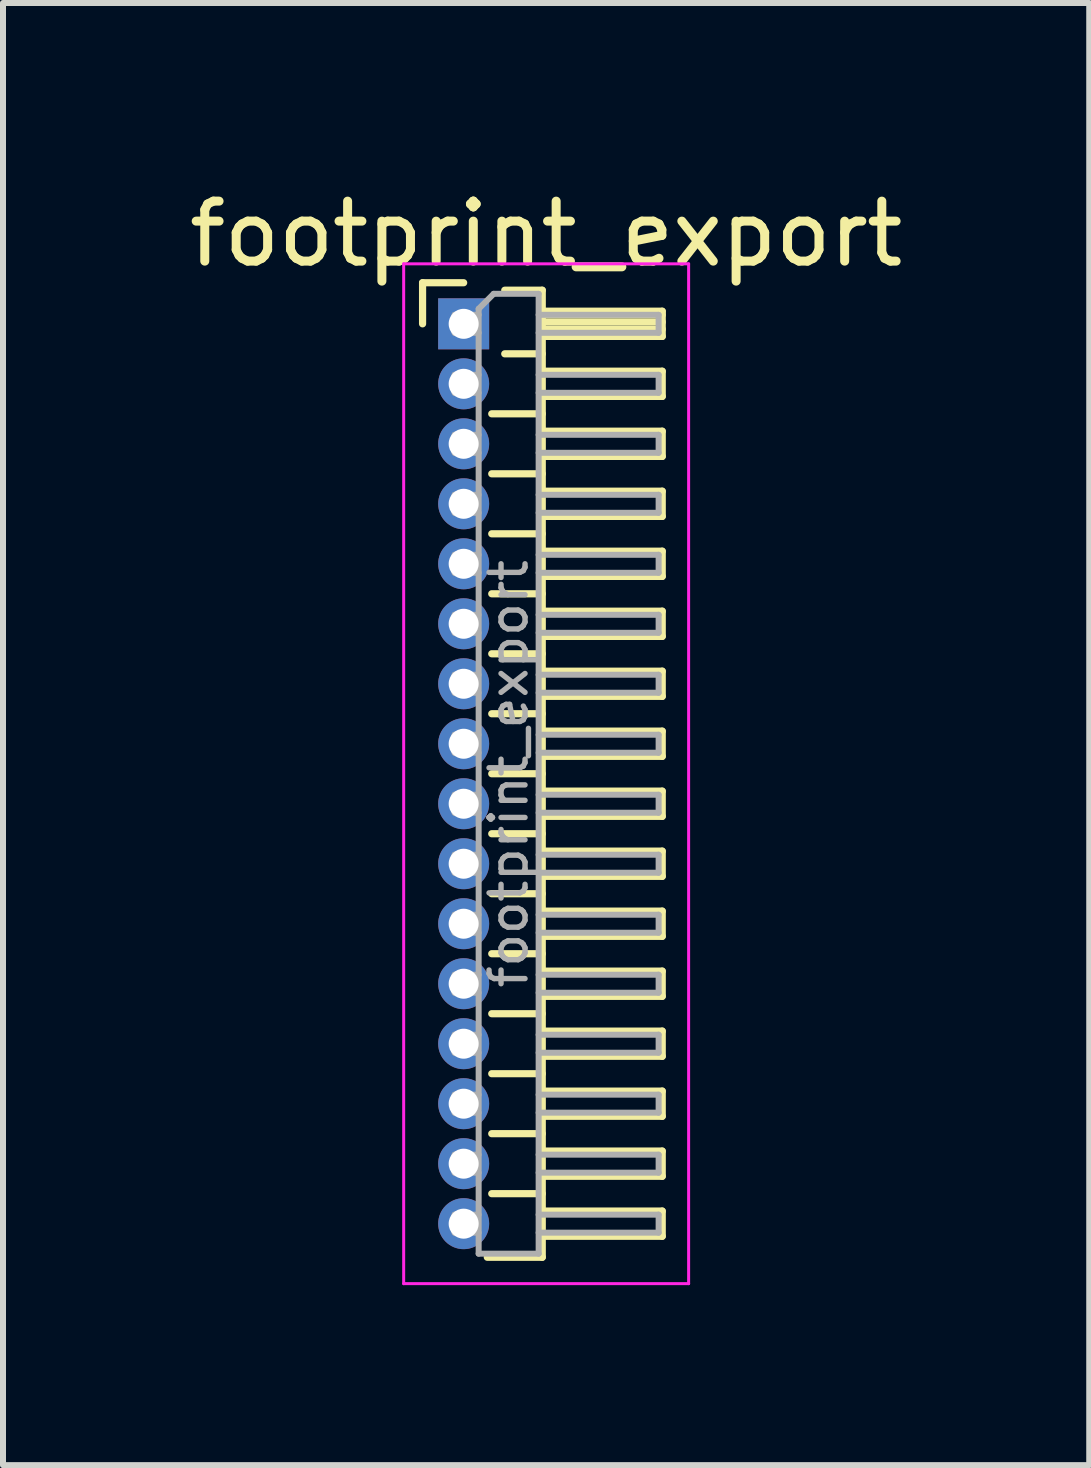
<source format=kicad_pcb>
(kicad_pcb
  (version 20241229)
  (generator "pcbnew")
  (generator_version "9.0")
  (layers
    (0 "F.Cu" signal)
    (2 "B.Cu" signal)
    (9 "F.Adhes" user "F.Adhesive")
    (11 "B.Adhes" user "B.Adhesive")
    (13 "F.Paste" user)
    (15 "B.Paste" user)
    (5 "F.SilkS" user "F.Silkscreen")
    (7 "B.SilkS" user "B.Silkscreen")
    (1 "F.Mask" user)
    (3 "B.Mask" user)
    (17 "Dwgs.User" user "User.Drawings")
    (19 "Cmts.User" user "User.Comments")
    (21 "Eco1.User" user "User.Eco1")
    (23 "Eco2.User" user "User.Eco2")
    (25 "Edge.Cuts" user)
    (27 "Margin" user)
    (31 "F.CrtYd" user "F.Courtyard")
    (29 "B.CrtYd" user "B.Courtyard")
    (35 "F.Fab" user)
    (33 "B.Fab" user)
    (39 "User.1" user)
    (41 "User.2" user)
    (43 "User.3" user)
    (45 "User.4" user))
  (footprint "footprint_export"
    (layer "F.Cu")
    (at 4.679 2.348)
    (property "Reference" "footprint_export" (at 1.375 -1.5 0) (layer "F.SilkS") (effects (font (size 1 1) (thickness 0.15))))
    (attr through_hole)
    (fp_line (start -0.685 -0.685) (end 0 -0.685) (stroke (width 0.12) (type solid)) (layer "F.SilkS"))
    (fp_line (start -0.685 0) (end -0.685 -0.685) (stroke (width 0.12) (type solid)) (layer "F.SilkS"))
    (fp_line (start 0.468 1.5) (end 1.31 1.5) (stroke (width 0.12) (type solid)) (layer "F.SilkS"))
    (fp_line (start 0.468 2.5) (end 1.31 2.5) (stroke (width 0.12) (type solid)) (layer "F.SilkS"))
    (fp_line (start 0.468 3.5) (end 1.31 3.5) (stroke (width 0.12) (type solid)) (layer "F.SilkS"))
    (fp_line (start 0.468 4.5) (end 1.31 4.5) (stroke (width 0.12) (type solid)) (layer "F.SilkS"))
    (fp_line (start 0.468 5.5) (end 1.31 5.5) (stroke (width 0.12) (type solid)) (layer "F.SilkS"))
    (fp_line (start 0.468 6.5) (end 1.31 6.5) (stroke (width 0.12) (type solid)) (layer "F.SilkS"))
    (fp_line (start 0.468 7.5) (end 1.31 7.5) (stroke (width 0.12) (type solid)) (layer "F.SilkS"))
    (fp_line (start 0.468 8.5) (end 1.31 8.5) (stroke (width 0.12) (type solid)) (layer "F.SilkS"))
    (fp_line (start 0.468 9.5) (end 1.31 9.5) (stroke (width 0.12) (type solid)) (layer "F.SilkS"))
    (fp_line (start 0.468 10.5) (end 1.31 10.5) (stroke (width 0.12) (type solid)) (layer "F.SilkS"))
    (fp_line (start 0.468 11.5) (end 1.31 11.5) (stroke (width 0.12) (type solid)) (layer "F.SilkS"))
    (fp_line (start 0.468 12.5) (end 1.31 12.5) (stroke (width 0.12) (type solid)) (layer "F.SilkS"))
    (fp_line (start 0.468 13.5) (end 1.31 13.5) (stroke (width 0.12) (type solid)) (layer "F.SilkS"))
    (fp_line (start 0.468 14.5) (end 1.31 14.5) (stroke (width 0.12) (type solid)) (layer "F.SilkS"))
    (fp_line (start 0.685 -0.56) (end 1.31 -0.56) (stroke (width 0.12) (type solid)) (layer "F.SilkS"))
    (fp_line (start 0.685 0.5) (end 1.31 0.5) (stroke (width 0.12) (type solid)) (layer "F.SilkS"))
    (fp_line (start 1.31 -0.56) (end 1.31 15.56) (stroke (width 0.12) (type solid)) (layer "F.SilkS"))
    (fp_line (start 1.31 -0.21) (end 3.31 -0.21) (stroke (width 0.12) (type solid)) (layer "F.SilkS"))
    (fp_line (start 1.31 -0.15) (end 3.31 -0.15) (stroke (width 0.12) (type solid)) (layer "F.SilkS"))
    (fp_line (start 1.31 -0.03) (end 3.31 -0.03) (stroke (width 0.12) (type solid)) (layer "F.SilkS"))
    (fp_line (start 1.31 0.09) (end 3.31 0.09) (stroke (width 0.12) (type solid)) (layer "F.SilkS"))
    (fp_line (start 1.31 0.79) (end 3.31 0.79) (stroke (width 0.12) (type solid)) (layer "F.SilkS"))
    (fp_line (start 1.31 1.79) (end 3.31 1.79) (stroke (width 0.12) (type solid)) (layer "F.SilkS"))
    (fp_line (start 1.31 2.79) (end 3.31 2.79) (stroke (width 0.12) (type solid)) (layer "F.SilkS"))
    (fp_line (start 1.31 3.79) (end 3.31 3.79) (stroke (width 0.12) (type solid)) (layer "F.SilkS"))
    (fp_line (start 1.31 4.79) (end 3.31 4.79) (stroke (width 0.12) (type solid)) (layer "F.SilkS"))
    (fp_line (start 1.31 5.79) (end 3.31 5.79) (stroke (width 0.12) (type solid)) (layer "F.SilkS"))
    (fp_line (start 1.31 6.79) (end 3.31 6.79) (stroke (width 0.12) (type solid)) (layer "F.SilkS"))
    (fp_line (start 1.31 7.79) (end 3.31 7.79) (stroke (width 0.12) (type solid)) (layer "F.SilkS"))
    (fp_line (start 1.31 8.79) (end 3.31 8.79) (stroke (width 0.12) (type solid)) (layer "F.SilkS"))
    (fp_line (start 1.31 9.79) (end 3.31 9.79) (stroke (width 0.12) (type solid)) (layer "F.SilkS"))
    (fp_line (start 1.31 10.79) (end 3.31 10.79) (stroke (width 0.12) (type solid)) (layer "F.SilkS"))
    (fp_line (start 1.31 11.79) (end 3.31 11.79) (stroke (width 0.12) (type solid)) (layer "F.SilkS"))
    (fp_line (start 1.31 12.79) (end 3.31 12.79) (stroke (width 0.12) (type solid)) (layer "F.SilkS"))
    (fp_line (start 1.31 13.79) (end 3.31 13.79) (stroke (width 0.12) (type solid)) (layer "F.SilkS"))
    (fp_line (start 1.31 14.79) (end 3.31 14.79) (stroke (width 0.12) (type solid)) (layer "F.SilkS"))
    (fp_line (start 1.31 15.56) (end 0.394 15.56) (stroke (width 0.12) (type solid)) (layer "F.SilkS"))
    (fp_line (start 3.31 -0.21) (end 3.31 0.21) (stroke (width 0.12) (type solid)) (layer "F.SilkS"))
    (fp_line (start 3.31 0.21) (end 1.31 0.21) (stroke (width 0.12) (type solid)) (layer "F.SilkS"))
    (fp_line (start 3.31 0.79) (end 3.31 1.21) (stroke (width 0.12) (type solid)) (layer "F.SilkS"))
    (fp_line (start 3.31 1.21) (end 1.31 1.21) (stroke (width 0.12) (type solid)) (layer "F.SilkS"))
    (fp_line (start 3.31 1.79) (end 3.31 2.21) (stroke (width 0.12) (type solid)) (layer "F.SilkS"))
    (fp_line (start 3.31 2.21) (end 1.31 2.21) (stroke (width 0.12) (type solid)) (layer "F.SilkS"))
    (fp_line (start 3.31 2.79) (end 3.31 3.21) (stroke (width 0.12) (type solid)) (layer "F.SilkS"))
    (fp_line (start 3.31 3.21) (end 1.31 3.21) (stroke (width 0.12) (type solid)) (layer "F.SilkS"))
    (fp_line (start 3.31 3.79) (end 3.31 4.21) (stroke (width 0.12) (type solid)) (layer "F.SilkS"))
    (fp_line (start 3.31 4.21) (end 1.31 4.21) (stroke (width 0.12) (type solid)) (layer "F.SilkS"))
    (fp_line (start 3.31 4.79) (end 3.31 5.21) (stroke (width 0.12) (type solid)) (layer "F.SilkS"))
    (fp_line (start 3.31 5.21) (end 1.31 5.21) (stroke (width 0.12) (type solid)) (layer "F.SilkS"))
    (fp_line (start 3.31 5.79) (end 3.31 6.21) (stroke (width 0.12) (type solid)) (layer "F.SilkS"))
    (fp_line (start 3.31 6.21) (end 1.31 6.21) (stroke (width 0.12) (type solid)) (layer "F.SilkS"))
    (fp_line (start 3.31 6.79) (end 3.31 7.21) (stroke (width 0.12) (type solid)) (layer "F.SilkS"))
    (fp_line (start 3.31 7.21) (end 1.31 7.21) (stroke (width 0.12) (type solid)) (layer "F.SilkS"))
    (fp_line (start 3.31 7.79) (end 3.31 8.21) (stroke (width 0.12) (type solid)) (layer "F.SilkS"))
    (fp_line (start 3.31 8.21) (end 1.31 8.21) (stroke (width 0.12) (type solid)) (layer "F.SilkS"))
    (fp_line (start 3.31 8.79) (end 3.31 9.21) (stroke (width 0.12) (type solid)) (layer "F.SilkS"))
    (fp_line (start 3.31 9.21) (end 1.31 9.21) (stroke (width 0.12) (type solid)) (layer "F.SilkS"))
    (fp_line (start 3.31 9.79) (end 3.31 10.21) (stroke (width 0.12) (type solid)) (layer "F.SilkS"))
    (fp_line (start 3.31 10.21) (end 1.31 10.21) (stroke (width 0.12) (type solid)) (layer "F.SilkS"))
    (fp_line (start 3.31 10.79) (end 3.31 11.21) (stroke (width 0.12) (type solid)) (layer "F.SilkS"))
    (fp_line (start 3.31 11.21) (end 1.31 11.21) (stroke (width 0.12) (type solid)) (layer "F.SilkS"))
    (fp_line (start 3.31 11.79) (end 3.31 12.21) (stroke (width 0.12) (type solid)) (layer "F.SilkS"))
    (fp_line (start 3.31 12.21) (end 1.31 12.21) (stroke (width 0.12) (type solid)) (layer "F.SilkS"))
    (fp_line (start 3.31 12.79) (end 3.31 13.21) (stroke (width 0.12) (type solid)) (layer "F.SilkS"))
    (fp_line (start 3.31 13.21) (end 1.31 13.21) (stroke (width 0.12) (type solid)) (layer "F.SilkS"))
    (fp_line (start 3.31 13.79) (end 3.31 14.21) (stroke (width 0.12) (type solid)) (layer "F.SilkS"))
    (fp_line (start 3.31 14.21) (end 1.31 14.21) (stroke (width 0.12) (type solid)) (layer "F.SilkS"))
    (fp_line (start 3.31 14.79) (end 3.31 15.21) (stroke (width 0.12) (type solid)) (layer "F.SilkS"))
    (fp_line (start 3.31 15.21) (end 1.31 15.21) (stroke (width 0.12) (type solid)) (layer "F.SilkS"))
    (fp_line (start -1 -1) (end -1 16) (stroke (width 0.05) (type solid)) (layer "F.CrtYd"))
    (fp_line (start -1 16) (end 3.75 16) (stroke (width 0.05) (type solid)) (layer "F.CrtYd"))
    (fp_line (start 3.75 -1) (end -1 -1) (stroke (width 0.05) (type solid)) (layer "F.CrtYd"))
    (fp_line (start 3.75 16) (end 3.75 -1) (stroke (width 0.05) (type solid)) (layer "F.CrtYd"))
    (fp_line (start -0.15 -0.15) (end -0.15 0.15) (stroke (width 0.1) (type solid)) (layer "F.Fab"))
    (fp_line (start -0.15 -0.15) (end 0.25 -0.15) (stroke (width 0.1) (type solid)) (layer "F.Fab"))
    (fp_line (start -0.15 0.15) (end 0.25 0.15) (stroke (width 0.1) (type solid)) (layer "F.Fab"))
    (fp_line (start -0.15 0.85) (end -0.15 1.15) (stroke (width 0.1) (type solid)) (layer "F.Fab"))
    (fp_line (start -0.15 0.85) (end 0.25 0.85) (stroke (width 0.1) (type solid)) (layer "F.Fab"))
    (fp_line (start -0.15 1.15) (end 0.25 1.15) (stroke (width 0.1) (type solid)) (layer "F.Fab"))
    (fp_line (start -0.15 1.85) (end -0.15 2.15) (stroke (width 0.1) (type solid)) (layer "F.Fab"))
    (fp_line (start -0.15 1.85) (end 0.25 1.85) (stroke (width 0.1) (type solid)) (layer "F.Fab"))
    (fp_line (start -0.15 2.15) (end 0.25 2.15) (stroke (width 0.1) (type solid)) (layer "F.Fab"))
    (fp_line (start -0.15 2.85) (end -0.15 3.15) (stroke (width 0.1) (type solid)) (layer "F.Fab"))
    (fp_line (start -0.15 2.85) (end 0.25 2.85) (stroke (width 0.1) (type solid)) (layer "F.Fab"))
    (fp_line (start -0.15 3.15) (end 0.25 3.15) (stroke (width 0.1) (type solid)) (layer "F.Fab"))
    (fp_line (start -0.15 3.85) (end -0.15 4.15) (stroke (width 0.1) (type solid)) (layer "F.Fab"))
    (fp_line (start -0.15 3.85) (end 0.25 3.85) (stroke (width 0.1) (type solid)) (layer "F.Fab"))
    (fp_line (start -0.15 4.15) (end 0.25 4.15) (stroke (width 0.1) (type solid)) (layer "F.Fab"))
    (fp_line (start -0.15 4.85) (end -0.15 5.15) (stroke (width 0.1) (type solid)) (layer "F.Fab"))
    (fp_line (start -0.15 4.85) (end 0.25 4.85) (stroke (width 0.1) (type solid)) (layer "F.Fab"))
    (fp_line (start -0.15 5.15) (end 0.25 5.15) (stroke (width 0.1) (type solid)) (layer "F.Fab"))
    (fp_line (start -0.15 5.85) (end -0.15 6.15) (stroke (width 0.1) (type solid)) (layer "F.Fab"))
    (fp_line (start -0.15 5.85) (end 0.25 5.85) (stroke (width 0.1) (type solid)) (layer "F.Fab"))
    (fp_line (start -0.15 6.15) (end 0.25 6.15) (stroke (width 0.1) (type solid)) (layer "F.Fab"))
    (fp_line (start -0.15 6.85) (end -0.15 7.15) (stroke (width 0.1) (type solid)) (layer "F.Fab"))
    (fp_line (start -0.15 6.85) (end 0.25 6.85) (stroke (width 0.1) (type solid)) (layer "F.Fab"))
    (fp_line (start -0.15 7.15) (end 0.25 7.15) (stroke (width 0.1) (type solid)) (layer "F.Fab"))
    (fp_line (start -0.15 7.85) (end -0.15 8.15) (stroke (width 0.1) (type solid)) (layer "F.Fab"))
    (fp_line (start -0.15 7.85) (end 0.25 7.85) (stroke (width 0.1) (type solid)) (layer "F.Fab"))
    (fp_line (start -0.15 8.15) (end 0.25 8.15) (stroke (width 0.1) (type solid)) (layer "F.Fab"))
    (fp_line (start -0.15 8.85) (end -0.15 9.15) (stroke (width 0.1) (type solid)) (layer "F.Fab"))
    (fp_line (start -0.15 8.85) (end 0.25 8.85) (stroke (width 0.1) (type solid)) (layer "F.Fab"))
    (fp_line (start -0.15 9.15) (end 0.25 9.15) (stroke (width 0.1) (type solid)) (layer "F.Fab"))
    (fp_line (start -0.15 9.85) (end -0.15 10.15) (stroke (width 0.1) (type solid)) (layer "F.Fab"))
    (fp_line (start -0.15 9.85) (end 0.25 9.85) (stroke (width 0.1) (type solid)) (layer "F.Fab"))
    (fp_line (start -0.15 10.15) (end 0.25 10.15) (stroke (width 0.1) (type solid)) (layer "F.Fab"))
    (fp_line (start -0.15 10.85) (end -0.15 11.15) (stroke (width 0.1) (type solid)) (layer "F.Fab"))
    (fp_line (start -0.15 10.85) (end 0.25 10.85) (stroke (width 0.1) (type solid)) (layer "F.Fab"))
    (fp_line (start -0.15 11.15) (end 0.25 11.15) (stroke (width 0.1) (type solid)) (layer "F.Fab"))
    (fp_line (start -0.15 11.85) (end -0.15 12.15) (stroke (width 0.1) (type solid)) (layer "F.Fab"))
    (fp_line (start -0.15 11.85) (end 0.25 11.85) (stroke (width 0.1) (type solid)) (layer "F.Fab"))
    (fp_line (start -0.15 12.15) (end 0.25 12.15) (stroke (width 0.1) (type solid)) (layer "F.Fab"))
    (fp_line (start -0.15 12.85) (end -0.15 13.15) (stroke (width 0.1) (type solid)) (layer "F.Fab"))
    (fp_line (start -0.15 12.85) (end 0.25 12.85) (stroke (width 0.1) (type solid)) (layer "F.Fab"))
    (fp_line (start -0.15 13.15) (end 0.25 13.15) (stroke (width 0.1) (type solid)) (layer "F.Fab"))
    (fp_line (start -0.15 13.85) (end -0.15 14.15) (stroke (width 0.1) (type solid)) (layer "F.Fab"))
    (fp_line (start -0.15 13.85) (end 0.25 13.85) (stroke (width 0.1) (type solid)) (layer "F.Fab"))
    (fp_line (start -0.15 14.15) (end 0.25 14.15) (stroke (width 0.1) (type solid)) (layer "F.Fab"))
    (fp_line (start -0.15 14.85) (end -0.15 15.15) (stroke (width 0.1) (type solid)) (layer "F.Fab"))
    (fp_line (start -0.15 14.85) (end 0.25 14.85) (stroke (width 0.1) (type solid)) (layer "F.Fab"))
    (fp_line (start -0.15 15.15) (end 0.25 15.15) (stroke (width 0.1) (type solid)) (layer "F.Fab"))
    (fp_line (start 0.25 -0.25) (end 0.5 -0.5) (stroke (width 0.1) (type solid)) (layer "F.Fab"))
    (fp_line (start 0.25 15.5) (end 0.25 -0.25) (stroke (width 0.1) (type solid)) (layer "F.Fab"))
    (fp_line (start 0.5 -0.5) (end 1.25 -0.5) (stroke (width 0.1) (type solid)) (layer "F.Fab"))
    (fp_line (start 1.25 -0.5) (end 1.25 15.5) (stroke (width 0.1) (type solid)) (layer "F.Fab"))
    (fp_line (start 1.25 -0.15) (end 3.25 -0.15) (stroke (width 0.1) (type solid)) (layer "F.Fab"))
    (fp_line (start 1.25 0.15) (end 3.25 0.15) (stroke (width 0.1) (type solid)) (layer "F.Fab"))
    (fp_line (start 1.25 0.85) (end 3.25 0.85) (stroke (width 0.1) (type solid)) (layer "F.Fab"))
    (fp_line (start 1.25 1.15) (end 3.25 1.15) (stroke (width 0.1) (type solid)) (layer "F.Fab"))
    (fp_line (start 1.25 1.85) (end 3.25 1.85) (stroke (width 0.1) (type solid)) (layer "F.Fab"))
    (fp_line (start 1.25 2.15) (end 3.25 2.15) (stroke (width 0.1) (type solid)) (layer "F.Fab"))
    (fp_line (start 1.25 2.85) (end 3.25 2.85) (stroke (width 0.1) (type solid)) (layer "F.Fab"))
    (fp_line (start 1.25 3.15) (end 3.25 3.15) (stroke (width 0.1) (type solid)) (layer "F.Fab"))
    (fp_line (start 1.25 3.85) (end 3.25 3.85) (stroke (width 0.1) (type solid)) (layer "F.Fab"))
    (fp_line (start 1.25 4.15) (end 3.25 4.15) (stroke (width 0.1) (type solid)) (layer "F.Fab"))
    (fp_line (start 1.25 4.85) (end 3.25 4.85) (stroke (width 0.1) (type solid)) (layer "F.Fab"))
    (fp_line (start 1.25 5.15) (end 3.25 5.15) (stroke (width 0.1) (type solid)) (layer "F.Fab"))
    (fp_line (start 1.25 5.85) (end 3.25 5.85) (stroke (width 0.1) (type solid)) (layer "F.Fab"))
    (fp_line (start 1.25 6.15) (end 3.25 6.15) (stroke (width 0.1) (type solid)) (layer "F.Fab"))
    (fp_line (start 1.25 6.85) (end 3.25 6.85) (stroke (width 0.1) (type solid)) (layer "F.Fab"))
    (fp_line (start 1.25 7.15) (end 3.25 7.15) (stroke (width 0.1) (type solid)) (layer "F.Fab"))
    (fp_line (start 1.25 7.85) (end 3.25 7.85) (stroke (width 0.1) (type solid)) (layer "F.Fab"))
    (fp_line (start 1.25 8.15) (end 3.25 8.15) (stroke (width 0.1) (type solid)) (layer "F.Fab"))
    (fp_line (start 1.25 8.85) (end 3.25 8.85) (stroke (width 0.1) (type solid)) (layer "F.Fab"))
    (fp_line (start 1.25 9.15) (end 3.25 9.15) (stroke (width 0.1) (type solid)) (layer "F.Fab"))
    (fp_line (start 1.25 9.85) (end 3.25 9.85) (stroke (width 0.1) (type solid)) (layer "F.Fab"))
    (fp_line (start 1.25 10.15) (end 3.25 10.15) (stroke (width 0.1) (type solid)) (layer "F.Fab"))
    (fp_line (start 1.25 10.85) (end 3.25 10.85) (stroke (width 0.1) (type solid)) (layer "F.Fab"))
    (fp_line (start 1.25 11.15) (end 3.25 11.15) (stroke (width 0.1) (type solid)) (layer "F.Fab"))
    (fp_line (start 1.25 11.85) (end 3.25 11.85) (stroke (width 0.1) (type solid)) (layer "F.Fab"))
    (fp_line (start 1.25 12.15) (end 3.25 12.15) (stroke (width 0.1) (type solid)) (layer "F.Fab"))
    (fp_line (start 1.25 12.85) (end 3.25 12.85) (stroke (width 0.1) (type solid)) (layer "F.Fab"))
    (fp_line (start 1.25 13.15) (end 3.25 13.15) (stroke (width 0.1) (type solid)) (layer "F.Fab"))
    (fp_line (start 1.25 13.85) (end 3.25 13.85) (stroke (width 0.1) (type solid)) (layer "F.Fab"))
    (fp_line (start 1.25 14.15) (end 3.25 14.15) (stroke (width 0.1) (type solid)) (layer "F.Fab"))
    (fp_line (start 1.25 14.85) (end 3.25 14.85) (stroke (width 0.1) (type solid)) (layer "F.Fab"))
    (fp_line (start 1.25 15.15) (end 3.25 15.15) (stroke (width 0.1) (type solid)) (layer "F.Fab"))
    (fp_line (start 1.25 15.5) (end 0.25 15.5) (stroke (width 0.1) (type solid)) (layer "F.Fab"))
    (fp_line (start 3.25 -0.15) (end 3.25 0.15) (stroke (width 0.1) (type solid)) (layer "F.Fab"))
    (fp_line (start 3.25 0.85) (end 3.25 1.15) (stroke (width 0.1) (type solid)) (layer "F.Fab"))
    (fp_line (start 3.25 1.85) (end 3.25 2.15) (stroke (width 0.1) (type solid)) (layer "F.Fab"))
    (fp_line (start 3.25 2.85) (end 3.25 3.15) (stroke (width 0.1) (type solid)) (layer "F.Fab"))
    (fp_line (start 3.25 3.85) (end 3.25 4.15) (stroke (width 0.1) (type solid)) (layer "F.Fab"))
    (fp_line (start 3.25 4.85) (end 3.25 5.15) (stroke (width 0.1) (type solid)) (layer "F.Fab"))
    (fp_line (start 3.25 5.85) (end 3.25 6.15) (stroke (width 0.1) (type solid)) (layer "F.Fab"))
    (fp_line (start 3.25 6.85) (end 3.25 7.15) (stroke (width 0.1) (type solid)) (layer "F.Fab"))
    (fp_line (start 3.25 7.85) (end 3.25 8.15) (stroke (width 0.1) (type solid)) (layer "F.Fab"))
    (fp_line (start 3.25 8.85) (end 3.25 9.15) (stroke (width 0.1) (type solid)) (layer "F.Fab"))
    (fp_line (start 3.25 9.85) (end 3.25 10.15) (stroke (width 0.1) (type solid)) (layer "F.Fab"))
    (fp_line (start 3.25 10.85) (end 3.25 11.15) (stroke (width 0.1) (type solid)) (layer "F.Fab"))
    (fp_line (start 3.25 11.85) (end 3.25 12.15) (stroke (width 0.1) (type solid)) (layer "F.Fab"))
    (fp_line (start 3.25 12.85) (end 3.25 13.15) (stroke (width 0.1) (type solid)) (layer "F.Fab"))
    (fp_line (start 3.25 13.85) (end 3.25 14.15) (stroke (width 0.1) (type solid)) (layer "F.Fab"))
    (fp_line (start 3.25 14.85) (end 3.25 15.15) (stroke (width 0.1) (type solid)) (layer "F.Fab"))
    (fp_text user "${REFERENCE}" (at 0.75 7.5 90) (layer "F.Fab") (effects (font (size 0.6 0.6) (thickness 0.09))))
    (pad "1" thru_hole rect (at 0 0) (size 0.85 0.85) (drill 0.5) (layers "*.Cu" "*.Mask"))
    (pad "2" thru_hole oval (at 0 1) (size 0.85 0.85) (drill 0.5) (layers "*.Cu" "*.Mask"))
    (pad "3" thru_hole oval (at 0 2) (size 0.85 0.85) (drill 0.5) (layers "*.Cu" "*.Mask"))
    (pad "4" thru_hole oval (at 0 3) (size 0.85 0.85) (drill 0.5) (layers "*.Cu" "*.Mask"))
    (pad "5" thru_hole oval (at 0 4) (size 0.85 0.85) (drill 0.5) (layers "*.Cu" "*.Mask"))
    (pad "6" thru_hole oval (at 0 5) (size 0.85 0.85) (drill 0.5) (layers "*.Cu" "*.Mask"))
    (pad "7" thru_hole oval (at 0 6) (size 0.85 0.85) (drill 0.5) (layers "*.Cu" "*.Mask"))
    (pad "8" thru_hole oval (at 0 7) (size 0.85 0.85) (drill 0.5) (layers "*.Cu" "*.Mask"))
    (pad "9" thru_hole oval (at 0 8) (size 0.85 0.85) (drill 0.5) (layers "*.Cu" "*.Mask"))
    (pad "10" thru_hole oval (at 0 9) (size 0.85 0.85) (drill 0.5) (layers "*.Cu" "*.Mask"))
    (pad "11" thru_hole oval (at 0 10) (size 0.85 0.85) (drill 0.5) (layers "*.Cu" "*.Mask"))
    (pad "12" thru_hole oval (at 0 11) (size 0.85 0.85) (drill 0.5) (layers "*.Cu" "*.Mask"))
    (pad "13" thru_hole oval (at 0 12) (size 0.85 0.85) (drill 0.5) (layers "*.Cu" "*.Mask"))
    (pad "14" thru_hole oval (at 0 13) (size 0.85 0.85) (drill 0.5) (layers "*.Cu" "*.Mask"))
    (pad "15" thru_hole oval (at 0 14) (size 0.85 0.85) (drill 0.5) (layers "*.Cu" "*.Mask"))
    (pad "16" thru_hole oval (at 0 15) (size 0.85 0.85) (drill 0.5) (layers "*.Cu" "*.Mask")))
  (gr_rect
    (start -3 -3)
    (end 15.107 21.373)
    (stroke (width 0.1) (type default))
    (fill no)
    (layer "Edge.Cuts")))
</source>
